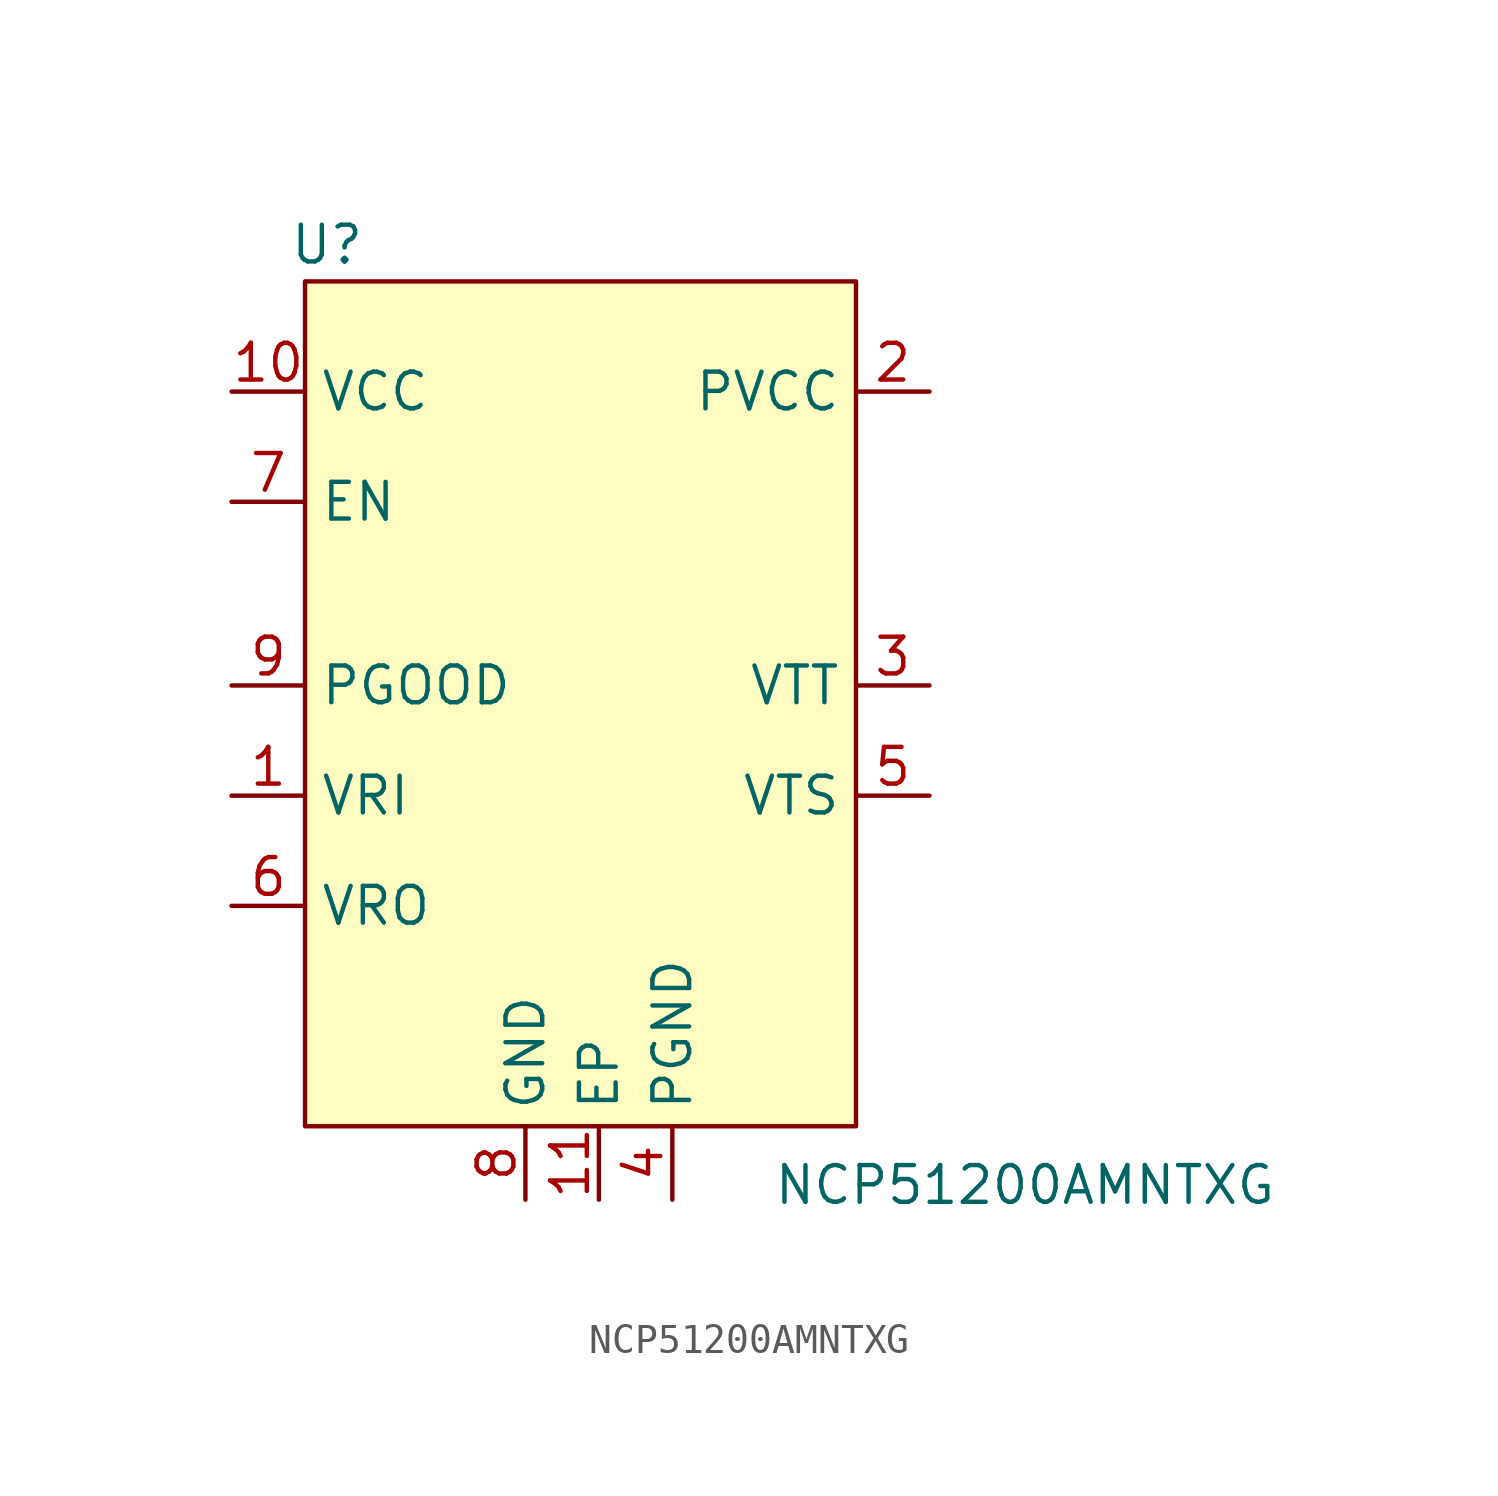
<source format=kicad_sym>
(kicad_symbol_lib
  (version 20231120)
  (generator "kicad_symbol_editor")
  (generator_version "8.0")
  (symbol "NCP51200AMNTXG"
    (property "Reference" "U"
      (at -9.398 13.97 0)
      (effects (font (size 1.27 1.27))))
    (property "Value" "NCP51200AMNTXG"
      (at 14.732 -18.542 0)
      (effects (font (size 1.27 1.27))))
    (symbol "NCP51200AMNTXG_1_1"
      (rectangle (start -10.16 12.7) (end 8.89 -16.51) (stroke (width 0) (type default)) (fill (type color) (color 255 252 194 1)))
      (pin passive line (at -12.7 -5.08 0) (length 2.54) (name "VRI" (effects (font (size 1.27 1.27)))) (number "1" (effects (font (size 1.27 1.27)))))
      (pin passive line (at -12.7 8.89 0) (length 2.54) (name "VCC" (effects (font (size 1.27 1.27)))) (number "10" (effects (font (size 1.27 1.27)))))
      (pin passive line (at 0 -19.05 90) (length 2.54) (name "EP" (effects (font (size 1.27 1.27)))) (number "11" (effects (font (size 1.27 1.27)))))
      (pin passive line (at 11.43 8.89 180) (length 2.54) (name "PVCC" (effects (font (size 1.27 1.27)))) (number "2" (effects (font (size 1.27 1.27)))))
      (pin passive line (at 11.43 -1.27 180) (length 2.54) (name "VTT" (effects (font (size 1.27 1.27)))) (number "3" (effects (font (size 1.27 1.27)))))
      (pin passive line (at 2.54 -19.05 90) (length 2.54) (name "PGND" (effects (font (size 1.27 1.27)))) (number "4" (effects (font (size 1.27 1.27)))))
      (pin passive line (at 11.43 -5.08 180) (length 2.54) (name "VTS" (effects (font (size 1.27 1.27)))) (number "5" (effects (font (size 1.27 1.27)))))
      (pin passive line (at -12.7 -8.89 0) (length 2.54) (name "VRO" (effects (font (size 1.27 1.27)))) (number "6" (effects (font (size 1.27 1.27)))))
      (pin passive line (at -12.7 5.08 0) (length 2.54) (name "EN" (effects (font (size 1.27 1.27)))) (number "7" (effects (font (size 1.27 1.27)))))
      (pin passive line (at -2.54 -19.05 90) (length 2.54) (name "GND" (effects (font (size 1.27 1.27)))) (number "8" (effects (font (size 1.27 1.27)))))
      (pin passive line (at -12.7 -1.27 0) (length 2.54) (name "PGOOD" (effects (font (size 1.27 1.27)))) (number "9" (effects (font (size 1.27 1.27))))))))
</source>
